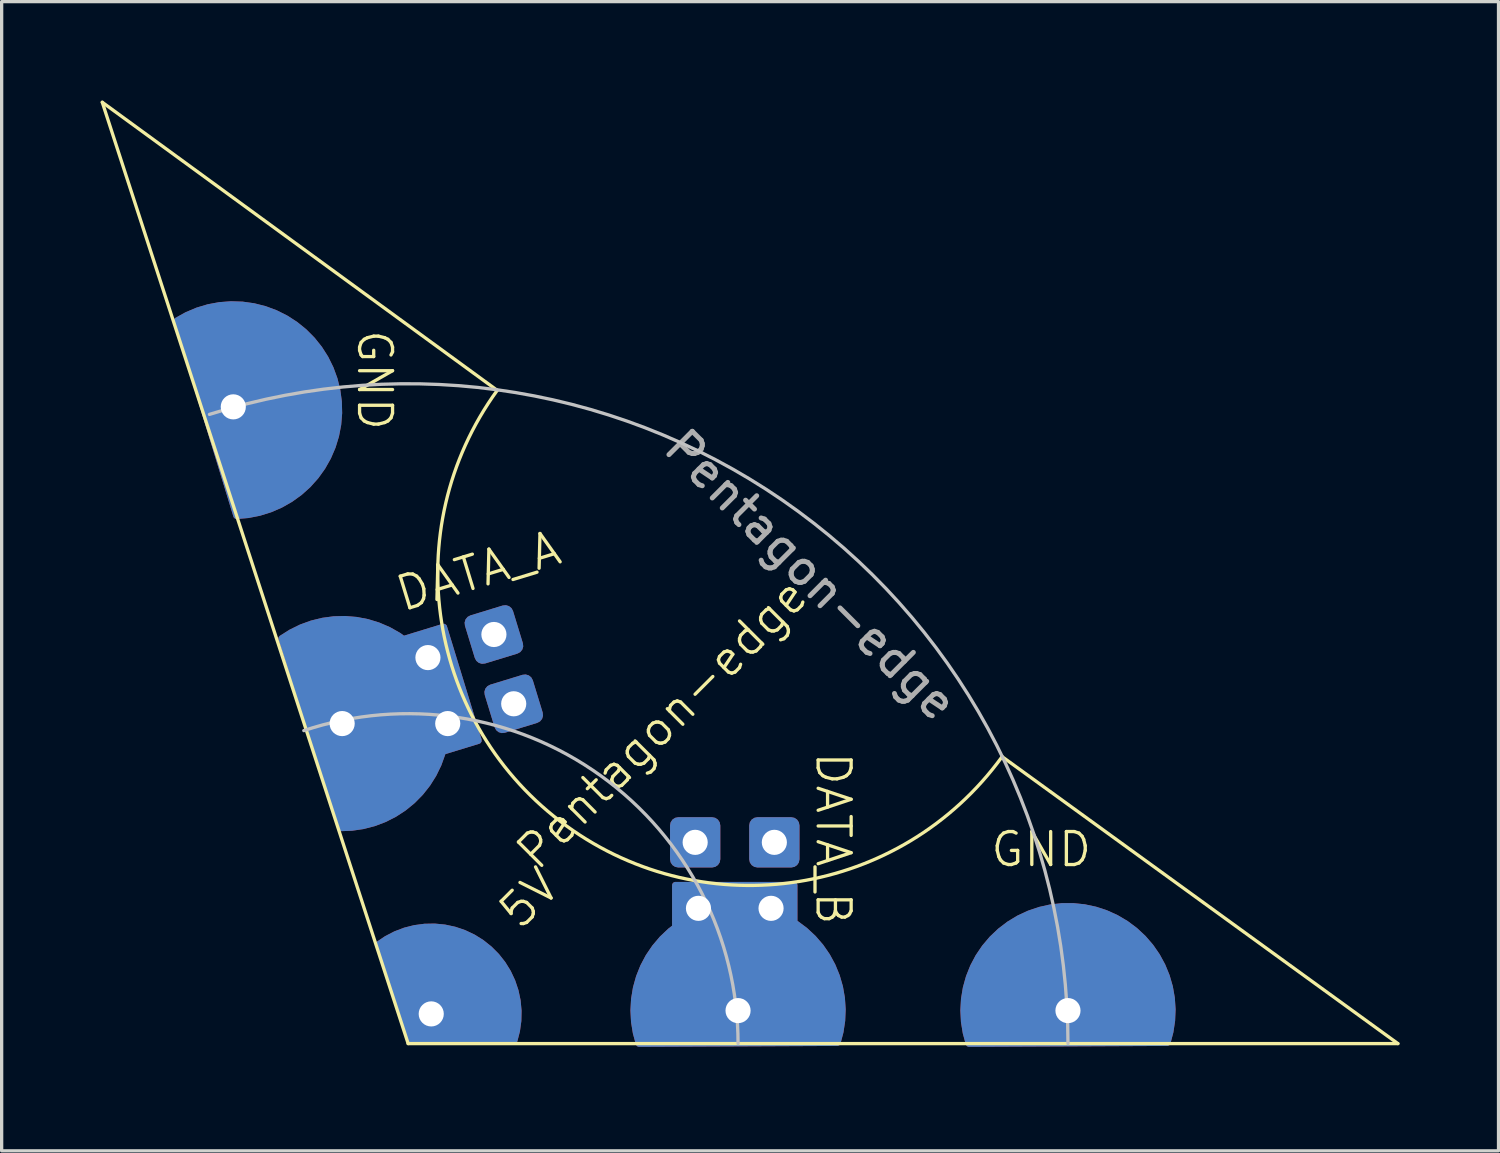
<source format=kicad_pcb>
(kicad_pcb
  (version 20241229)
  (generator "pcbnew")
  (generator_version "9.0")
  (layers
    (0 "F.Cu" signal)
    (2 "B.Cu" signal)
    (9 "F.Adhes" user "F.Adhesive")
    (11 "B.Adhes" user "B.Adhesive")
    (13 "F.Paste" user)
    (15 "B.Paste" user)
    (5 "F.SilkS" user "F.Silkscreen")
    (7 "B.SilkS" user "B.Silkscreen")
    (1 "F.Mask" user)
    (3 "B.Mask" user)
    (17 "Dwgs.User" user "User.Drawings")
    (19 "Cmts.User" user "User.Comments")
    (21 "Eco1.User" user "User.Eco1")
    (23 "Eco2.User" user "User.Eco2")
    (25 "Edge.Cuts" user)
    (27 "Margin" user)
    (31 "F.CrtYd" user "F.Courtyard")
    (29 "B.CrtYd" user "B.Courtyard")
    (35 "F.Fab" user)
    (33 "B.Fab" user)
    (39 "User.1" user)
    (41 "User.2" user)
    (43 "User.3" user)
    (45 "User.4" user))
  (footprint "Pentagon-edge"
    (layer "F.Cu")
    (at 9.321 28.582)
    (property "Reference" "Pentagon-edge" (at 7.7 -9.7 45) (unlocked yes) (layer "F.SilkS") (effects (font (size 1 1) (thickness 0.1))))
    (attr through_hole)
    (fp_line (start -9.271 -28.532) (end 2.7 -19.8) (stroke (width 0.1) (type default)) (layer "F.SilkS"))
    (fp_line (start 0 0) (end -9.271 -28.532) (stroke (width 0.1) (type default)) (layer "F.SilkS"))
    (fp_line (start 0 0) (end 30 0) (stroke (width 0.1) (type default)) (layer "F.SilkS"))
    (fp_line (start 18.004 -8.697) (end 30 0) (stroke (width 0.1) (type default)) (layer "F.SilkS"))
    (fp_arc (start 18.004248 -8.696903) (mid 4.813182 -6.613704) (end 2.7 -19.8) (stroke (width 0.1) (type default)) (layer "F.SilkS"))
    (fp_arc (start -6.022627 -19.071653) (mid 11.822594 -16.13153) (end 20 0) (stroke (width 0.1) (type default)) (layer "Dwgs.User"))
    (fp_arc (start -3.162278 -9.486833) (mid 5.847103 -8.112422) (end 10 0) (stroke (width 0.1) (type default)) (layer "Dwgs.User"))
    (fp_text user "5V" (at 3.4 -3.3 45) (unlocked yes) (layer "F.SilkS") (effects (font (size 1 1) (thickness 0.1)) (justify left bottom)))
    (fp_text user "DATA_B" (at 12.3 -8.9 270) (unlocked yes) (layer "F.SilkS") (effects (font (size 1 1) (thickness 0.1)) (justify left bottom)))
    (fp_text user "GND" (at 17.6 -5.3 0) (unlocked yes) (layer "F.SilkS") (effects (font (size 1 1) (thickness 0.1)) (justify left bottom)))
    (fp_text user "DATA_A" (at -0.2 -13 17) (unlocked yes) (layer "F.SilkS") (effects (font (size 1 1) (thickness 0.1)) (justify left bottom)))
    (fp_text user "GND" (at -1.6 -21.7 270) (unlocked yes) (layer "F.SilkS") (effects (font (size 1 1) (thickness 0.1)) (justify left bottom)))
    (fp_text user "${REFERENCE}" (at 12.2 -14.2 315) (unlocked yes) (layer "F.Fab") (effects (font (size 1 1) (thickness 0.15))))
    (pad "1" thru_hole custom (at 0.7 -0.9) (size 1.524 1.524) (drill 0.762) (layers "*.Cu" "*.Mask") (options (anchor circle)) (primitives (gr_poly (pts (xy 2.514 0.805) (xy -0.6 0.8) (xy -1.6 -2.1) (xy -0.8 -2.5) (xy 0 -2.6) (xy 0.7 -2.5) (xy 1.4 -2.2) (xy 2.1 -1.5) (xy 2.5 -0.6) (xy 2.6 0.1)) (width 0.2) (fill yes)) (gr_arc (start -1.6 -2.099999) (mid 1.522591 -2.156783) (end 2.514471 0.804631) (width 0.2))))
    (pad "2" thru_hole roundrect (at 8.8 -4.1) (size 1.524 1.524) (drill 0.762) (layers "*.Cu" "*.Mask") (roundrect_rratio 0.164))
    (pad "2" thru_hole custom (at 10 -1) (size 1.524 1.524) (drill 0.762) (layers "*.Cu" "*.Mask") (options (anchor circle)) (primitives (gr_poly (pts (xy 3.01 0.971) (xy 3.1 0.1) (xy 3 -0.8) (xy 2.7 -1.5) (xy 2.3 -2.1) (xy 1.8 -2.5) (xy 1.1 -2.9) (xy 0.5 -3.1) (xy -0.2 -3.1) (xy -0.9 -3) (xy -1.7 -2.6) (xy -2.4 -2) (xy -2.9 -1.1) (xy -3.1 -0.3) (xy -3.1 0.3) (xy -3 1)) (width 0.2) (fill yes)) (gr_rect (start -1.9 -3.8) (end 1.7 -2.2) (width 0.2) (fill yes)) (gr_arc (start -2.999999 1) (mid -0.01535 -3.162239) (end 3.009566 0.970828) (width 0.2))))
    (pad "2" thru_hole roundrect (at 11 -4.1) (size 1.524 1.524) (drill 0.762) (layers "*.Cu" "*.Mask") (roundrect_rratio 0.164))
    (pad "3" thru_hole custom (at -2 -9.7 287) (size 1.524 1.524) (drill 0.762) (layers "*.Cu" "*.Mask") (options (anchor circle)) (primitives (gr_poly (pts (xy 3.01 0.971) (xy 3.1 0.1) (xy 3 -0.8) (xy 2.7 -1.5) (xy 2.3 -2.1) (xy 1.8 -2.5) (xy 1.1 -2.9) (xy 0.5 -3.1) (xy -0.2 -3.1) (xy -0.9 -3) (xy -1.7 -2.6) (xy -2.4 -2) (xy -2.9 -1.1) (xy -3.1 -0.3) (xy -3.1 0.3) (xy -3 1)) (width 0.2) (fill yes)) (gr_arc (start -2.999999 1) (mid -0.01535 -3.162239) (end 3.009566 0.970828) (width 0.2)) (gr_poly (pts (xy -1.9 -3.8) (xy 1.7 -3.8) (xy 1.7 -2.2) (xy -1.9 -2.2)) (width 0.2) (fill yes))))
    (pad "3" thru_hole roundrect (at 0.6 -11.7 287) (size 1.524 1.524) (drill 0.762) (layers "*.Cu" "*.Mask") (roundrect_rratio 0.164))
    (pad "3" thru_hole roundrect (at 1.2 -9.7 287) (size 1.524 1.524) (drill 0.762) (layers "*.Cu" "*.Mask") (roundrect_rratio 0.164))
    (pad "4" thru_hole custom (at -5.3 -19.3) (size 1.524 1.524) (drill 0.762) (layers "*.Cu" "*.Mask") (options (anchor circle)) (primitives (gr_poly (pts (xy -1.706 -2.609) (xy 0.1 3.3) (xy 1.2 3) (xy 2 2.5) (xy 2.8 1.5) (xy 3.1 0.5) (xy 3.1 -0.3) (xy 2.9 -1.1) (xy 2.5 -1.8) (xy 2 -2.3) (xy 1.4 -2.7) (xy 0.9 -2.9) (xy 0.4 -3) (xy -0.4 -3) (xy -1.1 -2.9)) (width 0.2) (fill yes)) (gr_arc (start -1.705835 -2.609267) (mid 3.061786 -0.835663) (end 0.1 3.3) (width 0.2))))
    (pad "4" thru_hole custom (at 20 -1) (size 1.524 1.524) (drill 0.762) (layers "*.Cu" "*.Mask") (options (anchor circle)) (primitives (gr_poly (pts (xy -3 1) (xy 3.01 0.971) (xy 3.1 -0.1) (xy 2.9 -1.2) (xy 2.3 -2.1) (xy 1.7 -2.6) (xy 1.1 -2.9) (xy 0.4 -3.1) (xy -0.4 -3.1) (xy -1.2 -2.9) (xy -2 -2.4) (xy -2.5 -1.8) (xy -2.9 -1.2) (xy -3 -0.7) (xy -3.1 0.1)) (width 0.2) (fill yes)) (gr_arc (start -2.999999 1) (mid -0.01535 -3.162239) (end 3.009566 0.970828) (width 0.2))))
    (pad "5" thru_hole roundrect (at 2.6 -12.4 287) (size 1.524 1.524) (drill 0.762) (layers "*.Cu" "*.Mask") (roundrect_rratio 0.164))
    (pad "6" thru_hole roundrect (at 3.2 -10.3 17) (size 1.524 1.524) (drill 0.762) (layers "*.Cu" "*.Mask") (roundrect_rratio 0.164))
    (pad "7" thru_hole roundrect (at 8.7 -6.1 90) (size 1.524 1.524) (drill 0.762) (layers "*.Cu" "*.Mask") (roundrect_rratio 0.164))
    (pad "8" thru_hole roundrect (at 11.1 -6.1 90) (size 1.524 1.524) (drill 0.762) (layers "*.Cu" "*.Mask") (roundrect_rratio 0.164)))
  (gr_rect
    (start -3 -3)
    (end 42.371 31.832)
    (stroke (width 0.1) (type default))
    (fill no)
    (layer "Edge.Cuts")))
</source>
